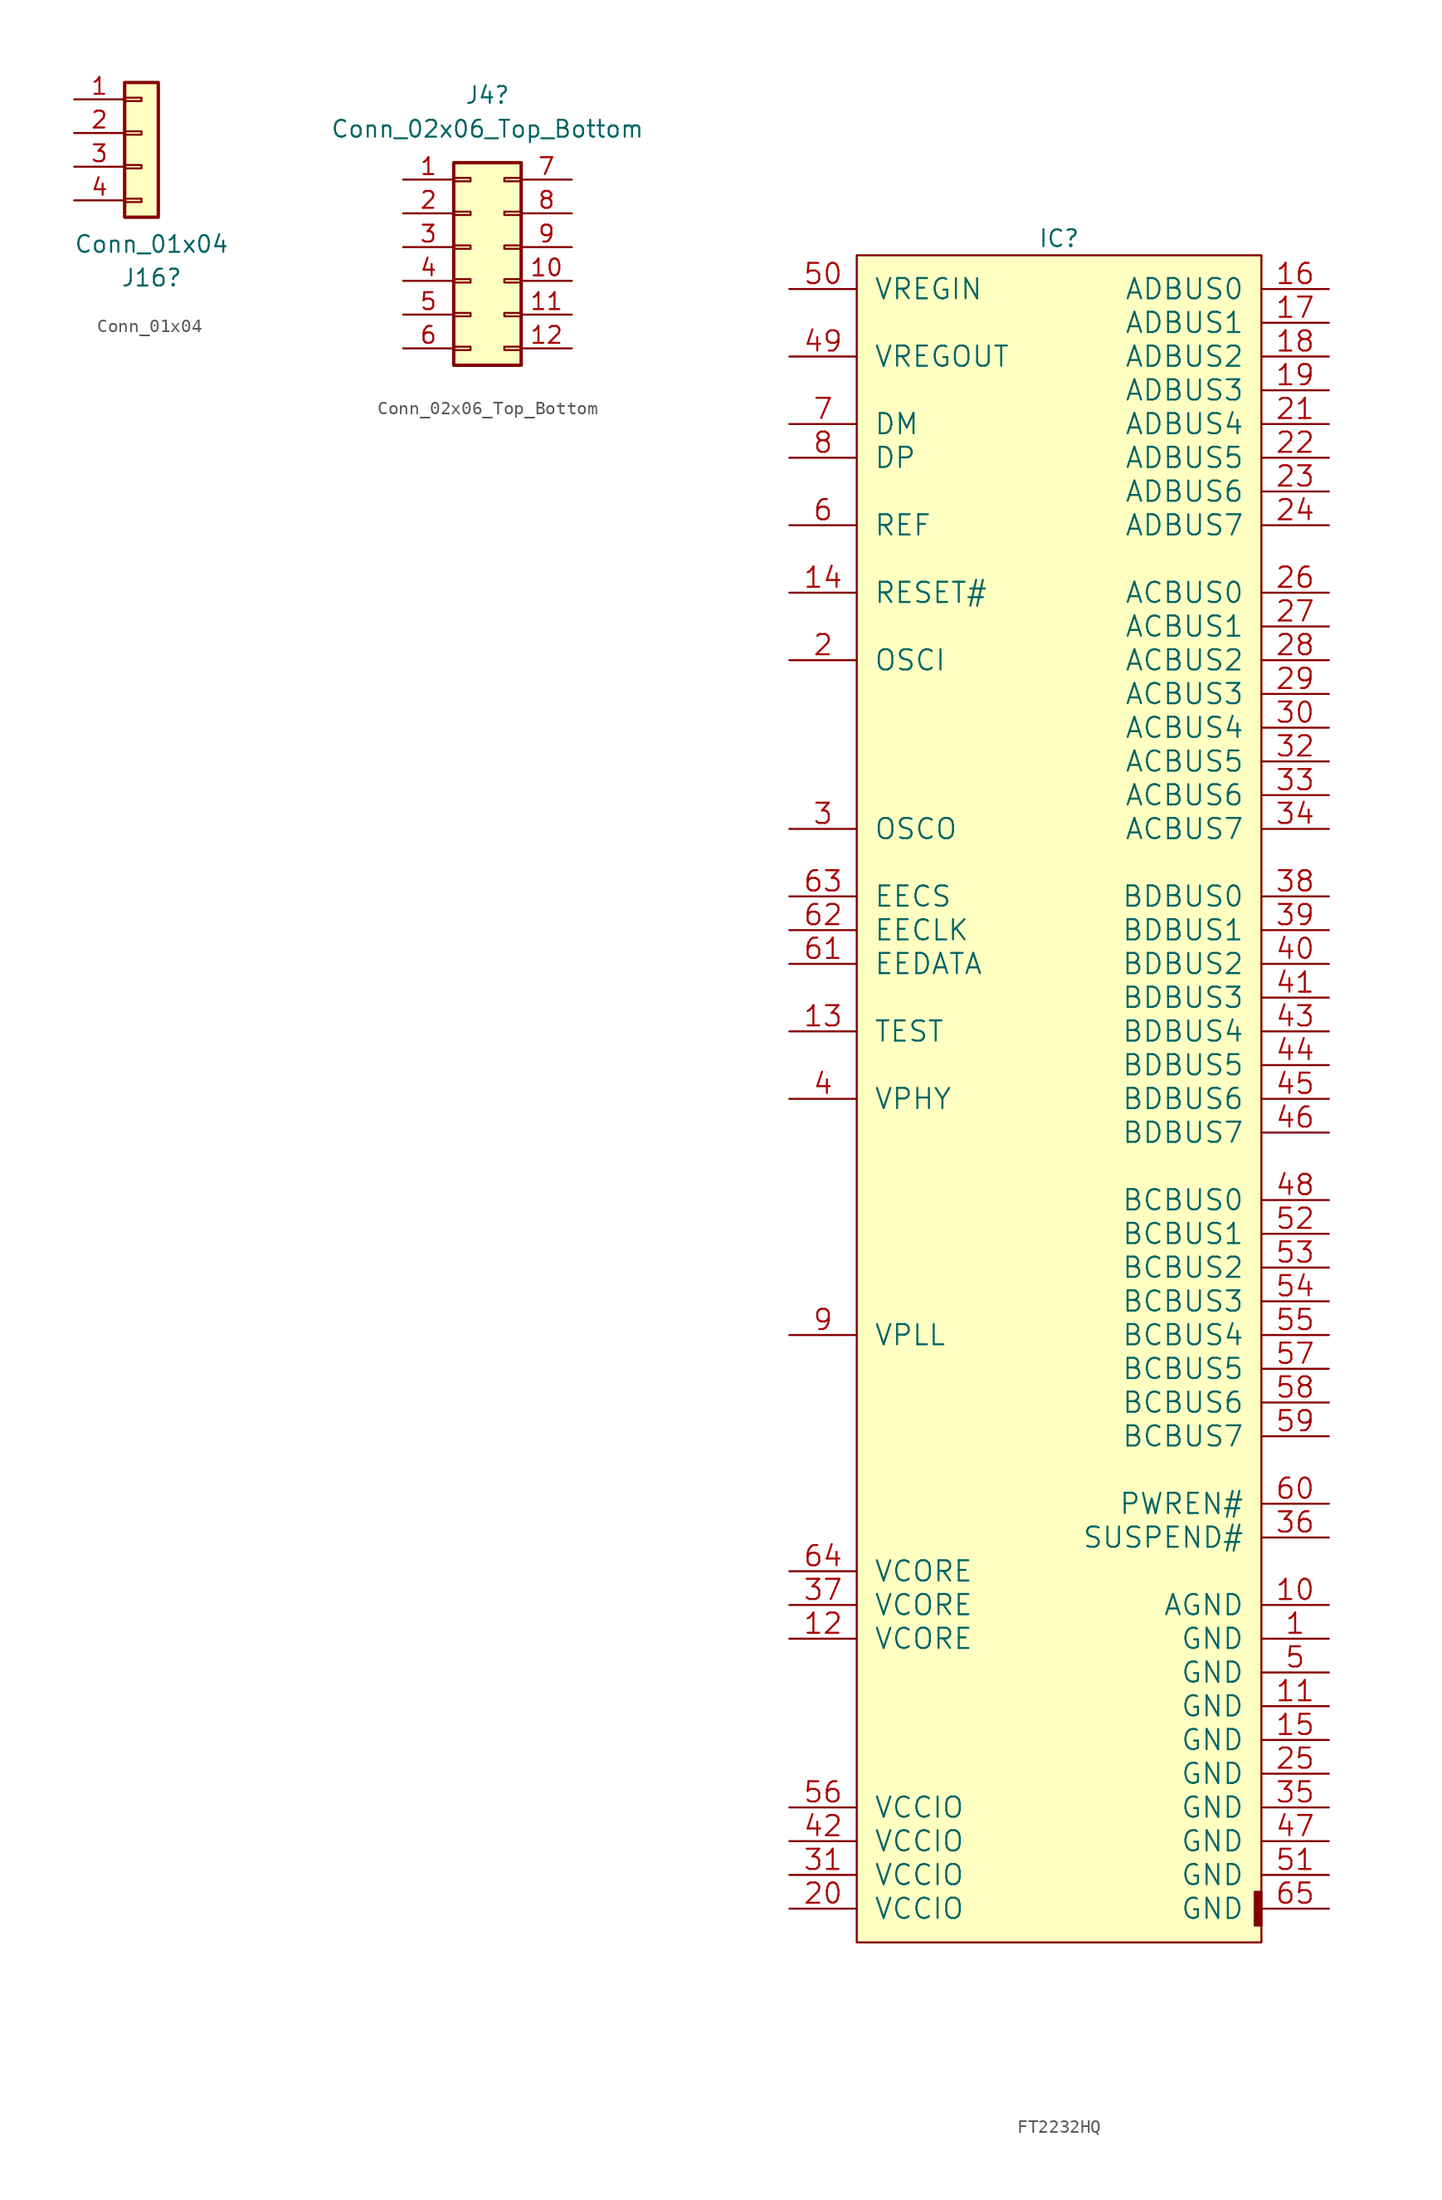
<source format=kicad_sym>
(kicad_symbol_lib
  (version 20241209)
  (generator "kicad_symbol_editor")
  (generator_version "9.0")
  (symbol "Conn_01x04"
    (pin_names
      (offset 1.016)
      (hide yes))
    (property "Reference" "J16"
      (at 0.762 -10.922 0)
      (effects (font (size 1.27 1.27))))
    (property "Value" "Conn_01x04"
      (at 0.762 -8.382 0)
      (effects (font (size 1.27 1.27))))
    (symbol "Conn_01x04_1_1"
      (rectangle (start -1.27 3.81) (end 1.27 -6.35) (stroke (width 0.254) (type default)) (fill (type background)))
      (rectangle (start -1.27 2.667) (end 0 2.413) (stroke (width 0.152) (type default)) (fill (type none)))
      (rectangle (start -1.27 0.127) (end 0 -0.127) (stroke (width 0.152) (type default)) (fill (type none)))
      (rectangle (start -1.27 -2.413) (end 0 -2.667) (stroke (width 0.152) (type default)) (fill (type none)))
      (rectangle (start -1.27 -4.953) (end 0 -5.207) (stroke (width 0.152) (type default)) (fill (type none)))
      (pin passive line (at -5.08 2.54 0) (length 3.81) (name "Pin_1" (effects (font (size 1.27 1.27)))) (number "1" (effects (font (size 1.27 1.27)))))
      (pin passive line (at -5.08 0 0) (length 3.81) (name "Pin_2" (effects (font (size 1.27 1.27)))) (number "2" (effects (font (size 1.27 1.27)))))
      (pin passive line (at -5.08 -2.54 0) (length 3.81) (name "Pin_3" (effects (font (size 1.27 1.27)))) (number "3" (effects (font (size 1.27 1.27)))))
      (pin passive line (at -5.08 -5.08 0) (length 3.81) (name "Pin_4" (effects (font (size 1.27 1.27)))) (number "4" (effects (font (size 1.27 1.27)))))))
  (symbol "Conn_02x06_Top_Bottom"
    (pin_names
      (offset 1.016)
      (hide yes))
    (property "Reference" "J4"
      (at 1.27 11.43 0)
      (effects (font (size 1.27 1.27))))
    (property "Value" "Conn_02x06_Top_Bottom"
      (at 1.27 8.89 0)
      (effects (font (size 1.27 1.27))))
    (symbol "Conn_02x06_Top_Bottom_1_1"
      (rectangle (start -1.27 6.35) (end 3.81 -8.89) (stroke (width 0.254) (type default)) (fill (type background)))
      (rectangle (start -1.27 5.207) (end 0 4.953) (stroke (width 0.152) (type default)) (fill (type none)))
      (rectangle (start -1.27 2.667) (end 0 2.413) (stroke (width 0.152) (type default)) (fill (type none)))
      (rectangle (start -1.27 0.127) (end 0 -0.127) (stroke (width 0.152) (type default)) (fill (type none)))
      (rectangle (start -1.27 -2.413) (end 0 -2.667) (stroke (width 0.152) (type default)) (fill (type none)))
      (rectangle (start -1.27 -4.953) (end 0 -5.207) (stroke (width 0.152) (type default)) (fill (type none)))
      (rectangle (start -1.27 -7.493) (end 0 -7.747) (stroke (width 0.152) (type default)) (fill (type none)))
      (rectangle (start 3.81 5.207) (end 2.54 4.953) (stroke (width 0.152) (type default)) (fill (type none)))
      (rectangle (start 3.81 2.667) (end 2.54 2.413) (stroke (width 0.152) (type default)) (fill (type none)))
      (rectangle (start 3.81 0.127) (end 2.54 -0.127) (stroke (width 0.152) (type default)) (fill (type none)))
      (rectangle (start 3.81 -2.413) (end 2.54 -2.667) (stroke (width 0.152) (type default)) (fill (type none)))
      (rectangle (start 3.81 -4.953) (end 2.54 -5.207) (stroke (width 0.152) (type default)) (fill (type none)))
      (rectangle (start 3.81 -7.493) (end 2.54 -7.747) (stroke (width 0.152) (type default)) (fill (type none)))
      (pin passive line (at -5.08 5.08 0) (length 3.81) (name "Pin_1" (effects (font (size 1.27 1.27)))) (number "1" (effects (font (size 1.27 1.27)))))
      (pin passive line (at -5.08 2.54 0) (length 3.81) (name "Pin_2" (effects (font (size 1.27 1.27)))) (number "2" (effects (font (size 1.27 1.27)))))
      (pin passive line (at -5.08 0 0) (length 3.81) (name "Pin_3" (effects (font (size 1.27 1.27)))) (number "3" (effects (font (size 1.27 1.27)))))
      (pin passive line (at -5.08 -2.54 0) (length 3.81) (name "Pin_4" (effects (font (size 1.27 1.27)))) (number "4" (effects (font (size 1.27 1.27)))))
      (pin passive line (at -5.08 -5.08 0) (length 3.81) (name "Pin_5" (effects (font (size 1.27 1.27)))) (number "5" (effects (font (size 1.27 1.27)))))
      (pin passive line (at -5.08 -7.62 0) (length 3.81) (name "Pin_6" (effects (font (size 1.27 1.27)))) (number "6" (effects (font (size 1.27 1.27)))))
      (pin passive line (at 7.62 5.08 180) (length 3.81) (name "Pin_7" (effects (font (size 1.27 1.27)))) (number "7" (effects (font (size 1.27 1.27)))))
      (pin passive line (at 7.62 2.54 180) (length 3.81) (name "Pin_8" (effects (font (size 1.27 1.27)))) (number "8" (effects (font (size 1.27 1.27)))))
      (pin passive line (at 7.62 0 180) (length 3.81) (name "Pin_9" (effects (font (size 1.27 1.27)))) (number "9" (effects (font (size 1.27 1.27)))))
      (pin passive line (at 7.62 -2.54 180) (length 3.81) (name "Pin_10" (effects (font (size 1.27 1.27)))) (number "10" (effects (font (size 1.27 1.27)))))
      (pin passive line (at 7.62 -5.08 180) (length 3.81) (name "Pin_11" (effects (font (size 1.27 1.27)))) (number "11" (effects (font (size 1.27 1.27)))))
      (pin passive line (at 7.62 -7.62 180) (length 3.81) (name "Pin_12" (effects (font (size 1.27 1.27)))) (number "12" (effects (font (size 1.27 1.27)))))))
  (symbol "FT2232HQ"
    (pin_names
      (offset 1.27))
    (property "Reference" "IC"
      (at 15.24 1.27 0)
      (effects (font (size 1.27 1.27))))
    (property "ki_locked" ""
      (at 0 0 0)
      (effects (font (size 1.27 1.27))))
    (symbol "FT2232HQ_0_1"
      (rectangle (start 0 -127) (end 30.48 0) (stroke (width 0) (type solid)) (fill (type background)))
      (rectangle (start 29.972 -125.73) (end 30.48 -123.19) (stroke (width 0) (type solid)) (fill (type outline)))
      (pin power_in line (at -5.08 -2.54 0) (length 5.08) (name "VREGIN" (effects (font (size 1.524 1.524)))) (number "50" (effects (font (size 1.524 1.524)))))
      (pin power_out line (at -5.08 -7.62 0) (length 5.08) (name "VREGOUT" (effects (font (size 1.524 1.524)))) (number "49" (effects (font (size 1.524 1.524)))))
      (pin input line (at -5.08 -12.7 0) (length 5.08) (name "DM" (effects (font (size 1.524 1.524)))) (number "7" (effects (font (size 1.524 1.524)))))
      (pin input line (at -5.08 -15.24 0) (length 5.08) (name "DP" (effects (font (size 1.524 1.524)))) (number "8" (effects (font (size 1.524 1.524)))))
      (pin input line (at -5.08 -20.32 0) (length 5.08) (name "REF" (effects (font (size 1.524 1.524)))) (number "6" (effects (font (size 1.524 1.524)))))
      (pin input line (at -5.08 -25.4 0) (length 5.08) (name "RESET#" (effects (font (size 1.524 1.524)))) (number "14" (effects (font (size 1.524 1.524)))))
      (pin input line (at -5.08 -30.48 0) (length 5.08) (name "OSCI" (effects (font (size 1.524 1.524)))) (number "2" (effects (font (size 1.524 1.524)))))
      (pin output line (at -5.08 -43.18 0) (length 5.08) (name "OSCO" (effects (font (size 1.524 1.524)))) (number "3" (effects (font (size 1.524 1.524)))))
      (pin bidirectional line (at -5.08 -48.26 0) (length 5.08) (name "EECS" (effects (font (size 1.524 1.524)))) (number "63" (effects (font (size 1.524 1.524)))))
      (pin output line (at -5.08 -50.8 0) (length 5.08) (name "EECLK" (effects (font (size 1.524 1.524)))) (number "62" (effects (font (size 1.524 1.524)))))
      (pin bidirectional line (at -5.08 -53.34 0) (length 5.08) (name "EEDATA" (effects (font (size 1.524 1.524)))) (number "61" (effects (font (size 1.524 1.524)))))
      (pin input line (at -5.08 -58.42 0) (length 5.08) (name "TEST" (effects (font (size 1.524 1.524)))) (number "13" (effects (font (size 1.524 1.524)))))
      (pin power_in line (at -5.08 -63.5 0) (length 5.08) (name "VPHY" (effects (font (size 1.524 1.524)))) (number "4" (effects (font (size 1.524 1.524)))))
      (pin power_in line (at -5.08 -81.28 0) (length 5.08) (name "VPLL" (effects (font (size 1.524 1.524)))) (number "9" (effects (font (size 1.524 1.524)))))
      (pin power_in line (at -5.08 -99.06 0) (length 5.08) (name "VCORE" (effects (font (size 1.524 1.524)))) (number "64" (effects (font (size 1.524 1.524)))))
      (pin power_in line (at -5.08 -101.6 0) (length 5.08) (name "VCORE" (effects (font (size 1.524 1.524)))) (number "37" (effects (font (size 1.524 1.524)))))
      (pin power_in line (at -5.08 -104.14 0) (length 5.08) (name "VCORE" (effects (font (size 1.524 1.524)))) (number "12" (effects (font (size 1.524 1.524)))))
      (pin power_in line (at -5.08 -116.84 0) (length 5.08) (name "VCCIO" (effects (font (size 1.524 1.524)))) (number "56" (effects (font (size 1.524 1.524)))))
      (pin power_in line (at -5.08 -119.38 0) (length 5.08) (name "VCCIO" (effects (font (size 1.524 1.524)))) (number "42" (effects (font (size 1.524 1.524)))))
      (pin power_in line (at -5.08 -121.92 0) (length 5.08) (name "VCCIO" (effects (font (size 1.524 1.524)))) (number "31" (effects (font (size 1.524 1.524)))))
      (pin power_in line (at -5.08 -124.46 0) (length 5.08) (name "VCCIO" (effects (font (size 1.524 1.524)))) (number "20" (effects (font (size 1.524 1.524)))))
      (pin bidirectional line (at 35.56 -2.54 180) (length 5.08) (name "ADBUS0" (effects (font (size 1.524 1.524)))) (number "16" (effects (font (size 1.524 1.524)))))
      (pin bidirectional line (at 35.56 -5.08 180) (length 5.08) (name "ADBUS1" (effects (font (size 1.524 1.524)))) (number "17" (effects (font (size 1.524 1.524)))))
      (pin bidirectional line (at 35.56 -7.62 180) (length 5.08) (name "ADBUS2" (effects (font (size 1.524 1.524)))) (number "18" (effects (font (size 1.524 1.524)))))
      (pin bidirectional line (at 35.56 -10.16 180) (length 5.08) (name "ADBUS3" (effects (font (size 1.524 1.524)))) (number "19" (effects (font (size 1.524 1.524)))))
      (pin bidirectional line (at 35.56 -12.7 180) (length 5.08) (name "ADBUS4" (effects (font (size 1.524 1.524)))) (number "21" (effects (font (size 1.524 1.524)))))
      (pin bidirectional line (at 35.56 -15.24 180) (length 5.08) (name "ADBUS5" (effects (font (size 1.524 1.524)))) (number "22" (effects (font (size 1.524 1.524)))))
      (pin bidirectional line (at 35.56 -17.78 180) (length 5.08) (name "ADBUS6" (effects (font (size 1.524 1.524)))) (number "23" (effects (font (size 1.524 1.524)))))
      (pin bidirectional line (at 35.56 -20.32 180) (length 5.08) (name "ADBUS7" (effects (font (size 1.524 1.524)))) (number "24" (effects (font (size 1.524 1.524)))))
      (pin bidirectional line (at 35.56 -25.4 180) (length 5.08) (name "ACBUS0" (effects (font (size 1.524 1.524)))) (number "26" (effects (font (size 1.524 1.524)))))
      (pin bidirectional line (at 35.56 -27.94 180) (length 5.08) (name "ACBUS1" (effects (font (size 1.524 1.524)))) (number "27" (effects (font (size 1.524 1.524)))))
      (pin bidirectional line (at 35.56 -30.48 180) (length 5.08) (name "ACBUS2" (effects (font (size 1.524 1.524)))) (number "28" (effects (font (size 1.524 1.524)))))
      (pin bidirectional line (at 35.56 -33.02 180) (length 5.08) (name "ACBUS3" (effects (font (size 1.524 1.524)))) (number "29" (effects (font (size 1.524 1.524)))))
      (pin bidirectional line (at 35.56 -35.56 180) (length 5.08) (name "ACBUS4" (effects (font (size 1.524 1.524)))) (number "30" (effects (font (size 1.524 1.524)))))
      (pin bidirectional line (at 35.56 -38.1 180) (length 5.08) (name "ACBUS5" (effects (font (size 1.524 1.524)))) (number "32" (effects (font (size 1.524 1.524)))))
      (pin bidirectional line (at 35.56 -40.64 180) (length 5.08) (name "ACBUS6" (effects (font (size 1.524 1.524)))) (number "33" (effects (font (size 1.524 1.524)))))
      (pin bidirectional line (at 35.56 -43.18 180) (length 5.08) (name "ACBUS7" (effects (font (size 1.524 1.524)))) (number "34" (effects (font (size 1.524 1.524)))))
      (pin bidirectional line (at 35.56 -48.26 180) (length 5.08) (name "BDBUS0" (effects (font (size 1.524 1.524)))) (number "38" (effects (font (size 1.524 1.524)))))
      (pin bidirectional line (at 35.56 -50.8 180) (length 5.08) (name "BDBUS1" (effects (font (size 1.524 1.524)))) (number "39" (effects (font (size 1.524 1.524)))))
      (pin bidirectional line (at 35.56 -53.34 180) (length 5.08) (name "BDBUS2" (effects (font (size 1.524 1.524)))) (number "40" (effects (font (size 1.524 1.524)))))
      (pin bidirectional line (at 35.56 -55.88 180) (length 5.08) (name "BDBUS3" (effects (font (size 1.524 1.524)))) (number "41" (effects (font (size 1.524 1.524)))))
      (pin bidirectional line (at 35.56 -58.42 180) (length 5.08) (name "BDBUS4" (effects (font (size 1.524 1.524)))) (number "43" (effects (font (size 1.524 1.524)))))
      (pin bidirectional line (at 35.56 -60.96 180) (length 5.08) (name "BDBUS5" (effects (font (size 1.524 1.524)))) (number "44" (effects (font (size 1.524 1.524)))))
      (pin bidirectional line (at 35.56 -63.5 180) (length 5.08) (name "BDBUS6" (effects (font (size 1.524 1.524)))) (number "45" (effects (font (size 1.524 1.524)))))
      (pin bidirectional line (at 35.56 -66.04 180) (length 5.08) (name "BDBUS7" (effects (font (size 1.524 1.524)))) (number "46" (effects (font (size 1.524 1.524)))))
      (pin bidirectional line (at 35.56 -71.12 180) (length 5.08) (name "BCBUS0" (effects (font (size 1.524 1.524)))) (number "48" (effects (font (size 1.524 1.524)))))
      (pin bidirectional line (at 35.56 -73.66 180) (length 5.08) (name "BCBUS1" (effects (font (size 1.524 1.524)))) (number "52" (effects (font (size 1.524 1.524)))))
      (pin bidirectional line (at 35.56 -76.2 180) (length 5.08) (name "BCBUS2" (effects (font (size 1.524 1.524)))) (number "53" (effects (font (size 1.524 1.524)))))
      (pin bidirectional line (at 35.56 -78.74 180) (length 5.08) (name "BCBUS3" (effects (font (size 1.524 1.524)))) (number "54" (effects (font (size 1.524 1.524)))))
      (pin bidirectional line (at 35.56 -81.28 180) (length 5.08) (name "BCBUS4" (effects (font (size 1.524 1.524)))) (number "55" (effects (font (size 1.524 1.524)))))
      (pin bidirectional line (at 35.56 -83.82 180) (length 5.08) (name "BCBUS5" (effects (font (size 1.524 1.524)))) (number "57" (effects (font (size 1.524 1.524)))))
      (pin bidirectional line (at 35.56 -86.36 180) (length 5.08) (name "BCBUS6" (effects (font (size 1.524 1.524)))) (number "58" (effects (font (size 1.524 1.524)))))
      (pin bidirectional line (at 35.56 -88.9 180) (length 5.08) (name "BCBUS7" (effects (font (size 1.524 1.524)))) (number "59" (effects (font (size 1.524 1.524)))))
      (pin output line (at 35.56 -93.98 180) (length 5.08) (name "PWREN#" (effects (font (size 1.524 1.524)))) (number "60" (effects (font (size 1.524 1.524)))))
      (pin output line (at 35.56 -96.52 180) (length 5.08) (name "SUSPEND#" (effects (font (size 1.524 1.524)))) (number "36" (effects (font (size 1.524 1.524)))))
      (pin power_in line (at 35.56 -101.6 180) (length 5.08) (name "AGND" (effects (font (size 1.524 1.524)))) (number "10" (effects (font (size 1.524 1.524)))))
      (pin power_in line (at 35.56 -104.14 180) (length 5.08) (name "GND" (effects (font (size 1.524 1.524)))) (number "1" (effects (font (size 1.524 1.524)))))
      (pin power_in line (at 35.56 -106.68 180) (length 5.08) (name "GND" (effects (font (size 1.524 1.524)))) (number "5" (effects (font (size 1.524 1.524)))))
      (pin power_in line (at 35.56 -109.22 180) (length 5.08) (name "GND" (effects (font (size 1.524 1.524)))) (number "11" (effects (font (size 1.524 1.524)))))
      (pin power_in line (at 35.56 -111.76 180) (length 5.08) (name "GND" (effects (font (size 1.524 1.524)))) (number "15" (effects (font (size 1.524 1.524)))))
      (pin power_in line (at 35.56 -114.3 180) (length 5.08) (name "GND" (effects (font (size 1.524 1.524)))) (number "25" (effects (font (size 1.524 1.524)))))
      (pin power_in line (at 35.56 -116.84 180) (length 5.08) (name "GND" (effects (font (size 1.524 1.524)))) (number "35" (effects (font (size 1.524 1.524)))))
      (pin power_in line (at 35.56 -119.38 180) (length 5.08) (name "GND" (effects (font (size 1.524 1.524)))) (number "47" (effects (font (size 1.524 1.524)))))
      (pin power_in line (at 35.56 -121.92 180) (length 5.08) (name "GND" (effects (font (size 1.524 1.524)))) (number "51" (effects (font (size 1.524 1.524)))))
      (pin power_in line (at 35.56 -124.46 180) (length 5.08) (name "GND" (effects (font (size 1.524 1.524)))) (number "65" (effects (font (size 1.524 1.524))))))))
</source>
